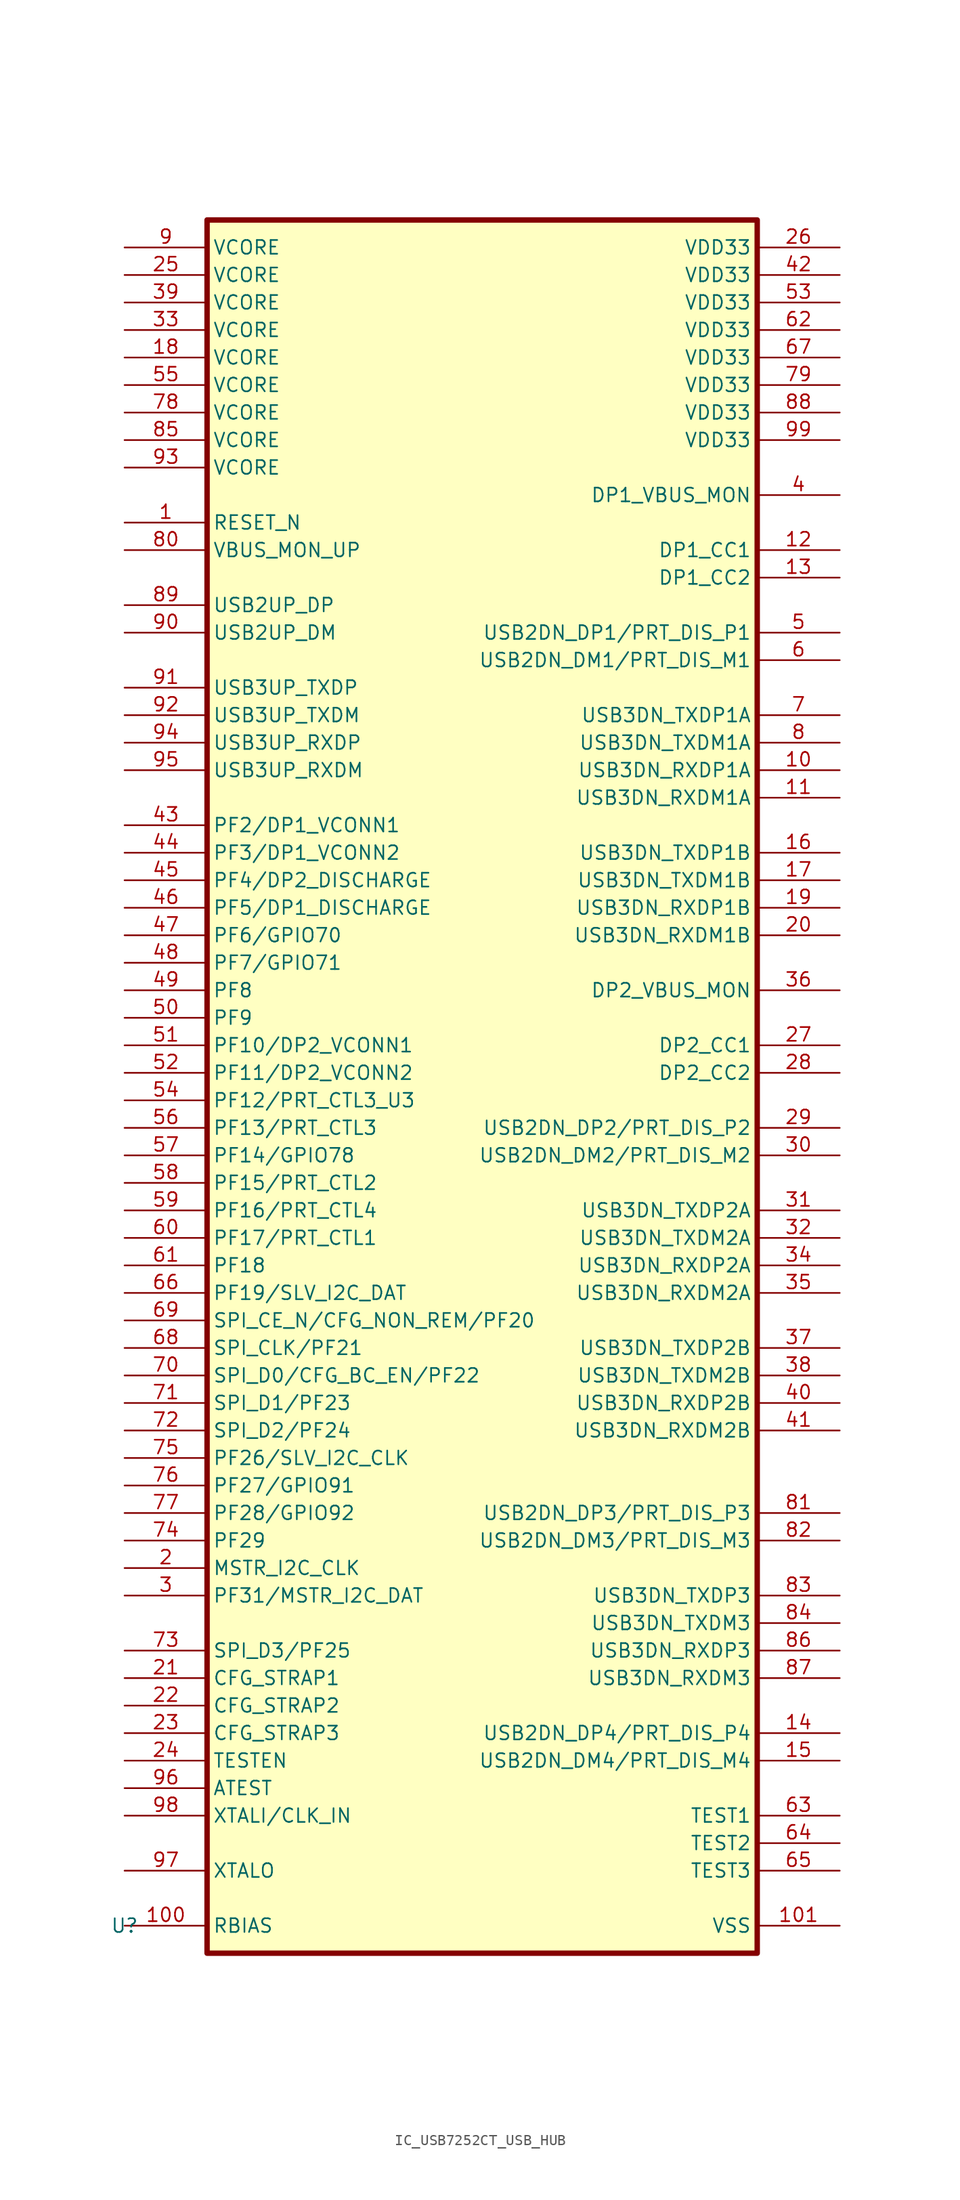
<source format=kicad_sym>
(kicad_symbol_lib
  (version 20231120)
  (generator "kicad_symbol_editor")
  (generator_version "8.0")
  (symbol "IC_USB7252CT_USB_HUB"
    (property "Reference" "U"
      (at 0 0 0)
      (effects (font (size 1.27 1.27))))
    (property "Value" ""
      (at 0 0 0)
      (effects (font (size 1.27 1.27))))
    (symbol "IC_USB7252CT_USB_HUB_1_1"
      (rectangle (start 7.62 157.48) (end 58.42 -2.54) (stroke (width 0.5) (type default)) (fill (type background)))
      (pin input line (at 0 129.54 0) (length 7.62) (name "RESET_N" (effects (font (size 1.27 1.27)))) (number "1" (effects (font (size 1.27 1.27)))))
      (pin bidirectional line (at 66.04 106.68 180) (length 7.62) (name "USB3DN_RXDP1A" (effects (font (size 1.27 1.27)))) (number "10" (effects (font (size 1.27 1.27)))))
      (pin input line (at 0 0 0) (length 7.62) (name "RBIAS" (effects (font (size 1.27 1.27)))) (number "100" (effects (font (size 1.27 1.27)))))
      (pin power_in line (at 66.04 0 180) (length 7.62) (name "VSS" (effects (font (size 1.27 1.27)))) (number "101" (effects (font (size 1.27 1.27)))))
      (pin bidirectional line (at 66.04 104.14 180) (length 7.62) (name "USB3DN_RXDM1A" (effects (font (size 1.27 1.27)))) (number "11" (effects (font (size 1.27 1.27)))))
      (pin bidirectional line (at 66.04 127 180) (length 7.62) (name "DP1_CC1" (effects (font (size 1.27 1.27)))) (number "12" (effects (font (size 1.27 1.27)))))
      (pin bidirectional line (at 66.04 124.46 180) (length 7.62) (name "DP1_CC2" (effects (font (size 1.27 1.27)))) (number "13" (effects (font (size 1.27 1.27)))))
      (pin bidirectional line (at 66.04 17.78 180) (length 7.62) (name "USB2DN_DP4/PRT_DIS_P4" (effects (font (size 1.27 1.27)))) (number "14" (effects (font (size 1.27 1.27)))))
      (pin bidirectional line (at 66.04 15.24 180) (length 7.62) (name "USB2DN_DM4/PRT_DIS_M4" (effects (font (size 1.27 1.27)))) (number "15" (effects (font (size 1.27 1.27)))))
      (pin bidirectional line (at 66.04 99.06 180) (length 7.62) (name "USB3DN_TXDP1B" (effects (font (size 1.27 1.27)))) (number "16" (effects (font (size 1.27 1.27)))))
      (pin bidirectional line (at 66.04 96.52 180) (length 7.62) (name "USB3DN_TXDM1B" (effects (font (size 1.27 1.27)))) (number "17" (effects (font (size 1.27 1.27)))))
      (pin power_in line (at 0 144.78 0) (length 7.62) (name "VCORE" (effects (font (size 1.27 1.27)))) (number "18" (effects (font (size 1.27 1.27)))))
      (pin bidirectional line (at 66.04 93.98 180) (length 7.62) (name "USB3DN_RXDP1B" (effects (font (size 1.27 1.27)))) (number "19" (effects (font (size 1.27 1.27)))))
      (pin bidirectional line (at 0 33.02 0) (length 7.62) (name "MSTR_I2C_CLK" (effects (font (size 1.27 1.27)))) (number "2" (effects (font (size 1.27 1.27)))))
      (pin bidirectional line (at 66.04 91.44 180) (length 7.62) (name "USB3DN_RXDM1B" (effects (font (size 1.27 1.27)))) (number "20" (effects (font (size 1.27 1.27)))))
      (pin input line (at 0 22.86 0) (length 7.62) (name "CFG_STRAP1" (effects (font (size 1.27 1.27)))) (number "21" (effects (font (size 1.27 1.27)))))
      (pin input line (at 0 20.32 0) (length 7.62) (name "CFG_STRAP2" (effects (font (size 1.27 1.27)))) (number "22" (effects (font (size 1.27 1.27)))))
      (pin input line (at 0 17.78 0) (length 7.62) (name "CFG_STRAP3" (effects (font (size 1.27 1.27)))) (number "23" (effects (font (size 1.27 1.27)))))
      (pin passive line (at 0 15.24 0) (length 7.62) (name "TESTEN" (effects (font (size 1.27 1.27)))) (number "24" (effects (font (size 1.27 1.27)))))
      (pin power_in line (at 0 152.4 0) (length 7.62) (name "VCORE" (effects (font (size 1.27 1.27)))) (number "25" (effects (font (size 1.27 1.27)))))
      (pin power_in line (at 66.04 154.94 180) (length 7.62) (name "VDD33" (effects (font (size 1.27 1.27)))) (number "26" (effects (font (size 1.27 1.27)))))
      (pin bidirectional line (at 66.04 81.28 180) (length 7.62) (name "DP2_CC1" (effects (font (size 1.27 1.27)))) (number "27" (effects (font (size 1.27 1.27)))))
      (pin bidirectional line (at 66.04 78.74 180) (length 7.62) (name "DP2_CC2" (effects (font (size 1.27 1.27)))) (number "28" (effects (font (size 1.27 1.27)))))
      (pin bidirectional line (at 66.04 73.66 180) (length 7.62) (name "USB2DN_DP2/PRT_DIS_P2" (effects (font (size 1.27 1.27)))) (number "29" (effects (font (size 1.27 1.27)))))
      (pin bidirectional line (at 0 30.48 0) (length 7.62) (name "PF31/MSTR_I2C_DAT" (effects (font (size 1.27 1.27)))) (number "3" (effects (font (size 1.27 1.27)))))
      (pin bidirectional line (at 66.04 71.12 180) (length 7.62) (name "USB2DN_DM2/PRT_DIS_M2" (effects (font (size 1.27 1.27)))) (number "30" (effects (font (size 1.27 1.27)))))
      (pin bidirectional line (at 66.04 66.04 180) (length 7.62) (name "USB3DN_TXDP2A" (effects (font (size 1.27 1.27)))) (number "31" (effects (font (size 1.27 1.27)))))
      (pin bidirectional line (at 66.04 63.5 180) (length 7.62) (name "USB3DN_TXDM2A" (effects (font (size 1.27 1.27)))) (number "32" (effects (font (size 1.27 1.27)))))
      (pin power_in line (at 0 147.32 0) (length 7.62) (name "VCORE" (effects (font (size 1.27 1.27)))) (number "33" (effects (font (size 1.27 1.27)))))
      (pin bidirectional line (at 66.04 60.96 180) (length 7.62) (name "USB3DN_RXDP2A" (effects (font (size 1.27 1.27)))) (number "34" (effects (font (size 1.27 1.27)))))
      (pin bidirectional line (at 66.04 58.42 180) (length 7.62) (name "USB3DN_RXDM2A" (effects (font (size 1.27 1.27)))) (number "35" (effects (font (size 1.27 1.27)))))
      (pin passive line (at 66.04 86.36 180) (length 7.62) (name "DP2_VBUS_MON" (effects (font (size 1.27 1.27)))) (number "36" (effects (font (size 1.27 1.27)))))
      (pin bidirectional line (at 66.04 53.34 180) (length 7.62) (name "USB3DN_TXDP2B" (effects (font (size 1.27 1.27)))) (number "37" (effects (font (size 1.27 1.27)))))
      (pin bidirectional line (at 66.04 50.8 180) (length 7.62) (name "USB3DN_TXDM2B" (effects (font (size 1.27 1.27)))) (number "38" (effects (font (size 1.27 1.27)))))
      (pin power_in line (at 0 149.86 0) (length 7.62) (name "VCORE" (effects (font (size 1.27 1.27)))) (number "39" (effects (font (size 1.27 1.27)))))
      (pin passive line (at 66.04 132.08 180) (length 7.62) (name "DP1_VBUS_MON" (effects (font (size 1.27 1.27)))) (number "4" (effects (font (size 1.27 1.27)))))
      (pin bidirectional line (at 66.04 48.26 180) (length 7.62) (name "USB3DN_RXDP2B" (effects (font (size 1.27 1.27)))) (number "40" (effects (font (size 1.27 1.27)))))
      (pin bidirectional line (at 66.04 45.72 180) (length 7.62) (name "USB3DN_RXDM2B" (effects (font (size 1.27 1.27)))) (number "41" (effects (font (size 1.27 1.27)))))
      (pin power_in line (at 66.04 152.4 180) (length 7.62) (name "VDD33" (effects (font (size 1.27 1.27)))) (number "42" (effects (font (size 1.27 1.27)))))
      (pin bidirectional line (at 0 101.6 0) (length 7.62) (name "PF2/DP1_VCONN1" (effects (font (size 1.27 1.27)))) (number "43" (effects (font (size 1.27 1.27)))))
      (pin bidirectional line (at 0 99.06 0) (length 7.62) (name "PF3/DP1_VCONN2" (effects (font (size 1.27 1.27)))) (number "44" (effects (font (size 1.27 1.27)))))
      (pin bidirectional line (at 0 96.52 0) (length 7.62) (name "PF4/DP2_DISCHARGE" (effects (font (size 1.27 1.27)))) (number "45" (effects (font (size 1.27 1.27)))))
      (pin bidirectional line (at 0 93.98 0) (length 7.62) (name "PF5/DP1_DISCHARGE" (effects (font (size 1.27 1.27)))) (number "46" (effects (font (size 1.27 1.27)))))
      (pin bidirectional line (at 0 91.44 0) (length 7.62) (name "PF6/GPIO70" (effects (font (size 1.27 1.27)))) (number "47" (effects (font (size 1.27 1.27)))))
      (pin bidirectional line (at 0 88.9 0) (length 7.62) (name "PF7/GPIO71" (effects (font (size 1.27 1.27)))) (number "48" (effects (font (size 1.27 1.27)))))
      (pin bidirectional line (at 0 86.36 0) (length 7.62) (name "PF8" (effects (font (size 1.27 1.27)))) (number "49" (effects (font (size 1.27 1.27)))))
      (pin bidirectional line (at 66.04 119.38 180) (length 7.62) (name "USB2DN_DP1/PRT_DIS_P1" (effects (font (size 1.27 1.27)))) (number "5" (effects (font (size 1.27 1.27)))))
      (pin bidirectional line (at 0 83.82 0) (length 7.62) (name "PF9" (effects (font (size 1.27 1.27)))) (number "50" (effects (font (size 1.27 1.27)))))
      (pin bidirectional line (at 0 81.28 0) (length 7.62) (name "PF10/DP2_VCONN1" (effects (font (size 1.27 1.27)))) (number "51" (effects (font (size 1.27 1.27)))))
      (pin bidirectional line (at 0 78.74 0) (length 7.62) (name "PF11/DP2_VCONN2" (effects (font (size 1.27 1.27)))) (number "52" (effects (font (size 1.27 1.27)))))
      (pin power_in line (at 66.04 149.86 180) (length 7.62) (name "VDD33" (effects (font (size 1.27 1.27)))) (number "53" (effects (font (size 1.27 1.27)))))
      (pin bidirectional line (at 0 76.2 0) (length 7.62) (name "PF12/PRT_CTL3_U3" (effects (font (size 1.27 1.27)))) (number "54" (effects (font (size 1.27 1.27)))))
      (pin power_in line (at 0 142.24 0) (length 7.62) (name "VCORE" (effects (font (size 1.27 1.27)))) (number "55" (effects (font (size 1.27 1.27)))))
      (pin bidirectional line (at 0 73.66 0) (length 7.62) (name "PF13/PRT_CTL3" (effects (font (size 1.27 1.27)))) (number "56" (effects (font (size 1.27 1.27)))))
      (pin bidirectional line (at 0 71.12 0) (length 7.62) (name "PF14/GPIO78" (effects (font (size 1.27 1.27)))) (number "57" (effects (font (size 1.27 1.27)))))
      (pin bidirectional line (at 0 68.58 0) (length 7.62) (name "PF15/PRT_CTL2" (effects (font (size 1.27 1.27)))) (number "58" (effects (font (size 1.27 1.27)))))
      (pin bidirectional line (at 0 66.04 0) (length 7.62) (name "PF16/PRT_CTL4" (effects (font (size 1.27 1.27)))) (number "59" (effects (font (size 1.27 1.27)))))
      (pin bidirectional line (at 66.04 116.84 180) (length 7.62) (name "USB2DN_DM1/PRT_DIS_M1" (effects (font (size 1.27 1.27)))) (number "6" (effects (font (size 1.27 1.27)))))
      (pin bidirectional line (at 0 63.5 0) (length 7.62) (name "PF17/PRT_CTL1" (effects (font (size 1.27 1.27)))) (number "60" (effects (font (size 1.27 1.27)))))
      (pin bidirectional line (at 0 60.96 0) (length 7.62) (name "PF18" (effects (font (size 1.27 1.27)))) (number "61" (effects (font (size 1.27 1.27)))))
      (pin power_in line (at 66.04 147.32 180) (length 7.62) (name "VDD33" (effects (font (size 1.27 1.27)))) (number "62" (effects (font (size 1.27 1.27)))))
      (pin passive line (at 66.04 10.16 180) (length 7.62) (name "TEST1" (effects (font (size 1.27 1.27)))) (number "63" (effects (font (size 1.27 1.27)))))
      (pin passive line (at 66.04 7.62 180) (length 7.62) (name "TEST2" (effects (font (size 1.27 1.27)))) (number "64" (effects (font (size 1.27 1.27)))))
      (pin passive line (at 66.04 5.08 180) (length 7.62) (name "TEST3" (effects (font (size 1.27 1.27)))) (number "65" (effects (font (size 1.27 1.27)))))
      (pin bidirectional line (at 0 58.42 0) (length 7.62) (name "PF19/SLV_I2C_DAT" (effects (font (size 1.27 1.27)))) (number "66" (effects (font (size 1.27 1.27)))))
      (pin power_in line (at 66.04 144.78 180) (length 7.62) (name "VDD33" (effects (font (size 1.27 1.27)))) (number "67" (effects (font (size 1.27 1.27)))))
      (pin bidirectional line (at 0 53.34 0) (length 7.62) (name "SPI_CLK/PF21" (effects (font (size 1.27 1.27)))) (number "68" (effects (font (size 1.27 1.27)))))
      (pin bidirectional line (at 0 55.88 0) (length 7.62) (name "SPI_CE_N/CFG_NON_REM/PF20" (effects (font (size 1.27 1.27)))) (number "69" (effects (font (size 1.27 1.27)))))
      (pin bidirectional line (at 66.04 111.76 180) (length 7.62) (name "USB3DN_TXDP1A" (effects (font (size 1.27 1.27)))) (number "7" (effects (font (size 1.27 1.27)))))
      (pin bidirectional line (at 0 50.8 0) (length 7.62) (name "SPI_D0/CFG_BC_EN/PF22" (effects (font (size 1.27 1.27)))) (number "70" (effects (font (size 1.27 1.27)))))
      (pin bidirectional line (at 0 48.26 0) (length 7.62) (name "SPI_D1/PF23" (effects (font (size 1.27 1.27)))) (number "71" (effects (font (size 1.27 1.27)))))
      (pin bidirectional line (at 0 45.72 0) (length 7.62) (name "SPI_D2/PF24" (effects (font (size 1.27 1.27)))) (number "72" (effects (font (size 1.27 1.27)))))
      (pin bidirectional line (at 0 25.4 0) (length 7.62) (name "SPI_D3/PF25" (effects (font (size 1.27 1.27)))) (number "73" (effects (font (size 1.27 1.27)))))
      (pin bidirectional line (at 0 35.56 0) (length 7.62) (name "PF29" (effects (font (size 1.27 1.27)))) (number "74" (effects (font (size 1.27 1.27)))))
      (pin bidirectional line (at 0 43.18 0) (length 7.62) (name "PF26/SLV_I2C_CLK" (effects (font (size 1.27 1.27)))) (number "75" (effects (font (size 1.27 1.27)))))
      (pin bidirectional line (at 0 40.64 0) (length 7.62) (name "PF27/GPIO91" (effects (font (size 1.27 1.27)))) (number "76" (effects (font (size 1.27 1.27)))))
      (pin bidirectional line (at 0 38.1 0) (length 7.62) (name "PF28/GPIO92" (effects (font (size 1.27 1.27)))) (number "77" (effects (font (size 1.27 1.27)))))
      (pin power_in line (at 0 139.7 0) (length 7.62) (name "VCORE" (effects (font (size 1.27 1.27)))) (number "78" (effects (font (size 1.27 1.27)))))
      (pin power_in line (at 66.04 142.24 180) (length 7.62) (name "VDD33" (effects (font (size 1.27 1.27)))) (number "79" (effects (font (size 1.27 1.27)))))
      (pin bidirectional line (at 66.04 109.22 180) (length 7.62) (name "USB3DN_TXDM1A" (effects (font (size 1.27 1.27)))) (number "8" (effects (font (size 1.27 1.27)))))
      (pin bidirectional line (at 0 127 0) (length 7.62) (name "VBUS_MON_UP" (effects (font (size 1.27 1.27)))) (number "80" (effects (font (size 1.27 1.27)))))
      (pin bidirectional line (at 66.04 38.1 180) (length 7.62) (name "USB2DN_DP3/PRT_DIS_P3" (effects (font (size 1.27 1.27)))) (number "81" (effects (font (size 1.27 1.27)))))
      (pin bidirectional line (at 66.04 35.56 180) (length 7.62) (name "USB2DN_DM3/PRT_DIS_M3" (effects (font (size 1.27 1.27)))) (number "82" (effects (font (size 1.27 1.27)))))
      (pin bidirectional line (at 66.04 30.48 180) (length 7.62) (name "USB3DN_TXDP3" (effects (font (size 1.27 1.27)))) (number "83" (effects (font (size 1.27 1.27)))))
      (pin bidirectional line (at 66.04 27.94 180) (length 7.62) (name "USB3DN_TXDM3" (effects (font (size 1.27 1.27)))) (number "84" (effects (font (size 1.27 1.27)))))
      (pin power_in line (at 0 137.16 0) (length 7.62) (name "VCORE" (effects (font (size 1.27 1.27)))) (number "85" (effects (font (size 1.27 1.27)))))
      (pin bidirectional line (at 66.04 25.4 180) (length 7.62) (name "USB3DN_RXDP3" (effects (font (size 1.27 1.27)))) (number "86" (effects (font (size 1.27 1.27)))))
      (pin bidirectional line (at 66.04 22.86 180) (length 7.62) (name "USB3DN_RXDM3" (effects (font (size 1.27 1.27)))) (number "87" (effects (font (size 1.27 1.27)))))
      (pin power_in line (at 66.04 139.7 180) (length 7.62) (name "VDD33" (effects (font (size 1.27 1.27)))) (number "88" (effects (font (size 1.27 1.27)))))
      (pin bidirectional line (at 0 121.92 0) (length 7.62) (name "USB2UP_DP" (effects (font (size 1.27 1.27)))) (number "89" (effects (font (size 1.27 1.27)))))
      (pin power_in line (at 0 154.94 0) (length 7.62) (name "VCORE" (effects (font (size 1.27 1.27)))) (number "9" (effects (font (size 1.27 1.27)))))
      (pin bidirectional line (at 0 119.38 0) (length 7.62) (name "USB2UP_DM" (effects (font (size 1.27 1.27)))) (number "90" (effects (font (size 1.27 1.27)))))
      (pin bidirectional line (at 0 114.3 0) (length 7.62) (name "USB3UP_TXDP" (effects (font (size 1.27 1.27)))) (number "91" (effects (font (size 1.27 1.27)))))
      (pin bidirectional line (at 0 111.76 0) (length 7.62) (name "USB3UP_TXDM" (effects (font (size 1.27 1.27)))) (number "92" (effects (font (size 1.27 1.27)))))
      (pin power_in line (at 0 134.62 0) (length 7.62) (name "VCORE" (effects (font (size 1.27 1.27)))) (number "93" (effects (font (size 1.27 1.27)))))
      (pin bidirectional line (at 0 109.22 0) (length 7.62) (name "USB3UP_RXDP" (effects (font (size 1.27 1.27)))) (number "94" (effects (font (size 1.27 1.27)))))
      (pin bidirectional line (at 0 106.68 0) (length 7.62) (name "USB3UP_RXDM" (effects (font (size 1.27 1.27)))) (number "95" (effects (font (size 1.27 1.27)))))
      (pin passive line (at 0 12.7 0) (length 7.62) (name "ATEST" (effects (font (size 1.27 1.27)))) (number "96" (effects (font (size 1.27 1.27)))))
      (pin output line (at 0 5.08 0) (length 7.62) (name "XTALO" (effects (font (size 1.27 1.27)))) (number "97" (effects (font (size 1.27 1.27)))))
      (pin input line (at 0 10.16 0) (length 7.62) (name "XTALI/CLK_IN" (effects (font (size 1.27 1.27)))) (number "98" (effects (font (size 1.27 1.27)))))
      (pin power_in line (at 66.04 137.16 180) (length 7.62) (name "VDD33" (effects (font (size 1.27 1.27)))) (number "99" (effects (font (size 1.27 1.27))))))))
</source>
